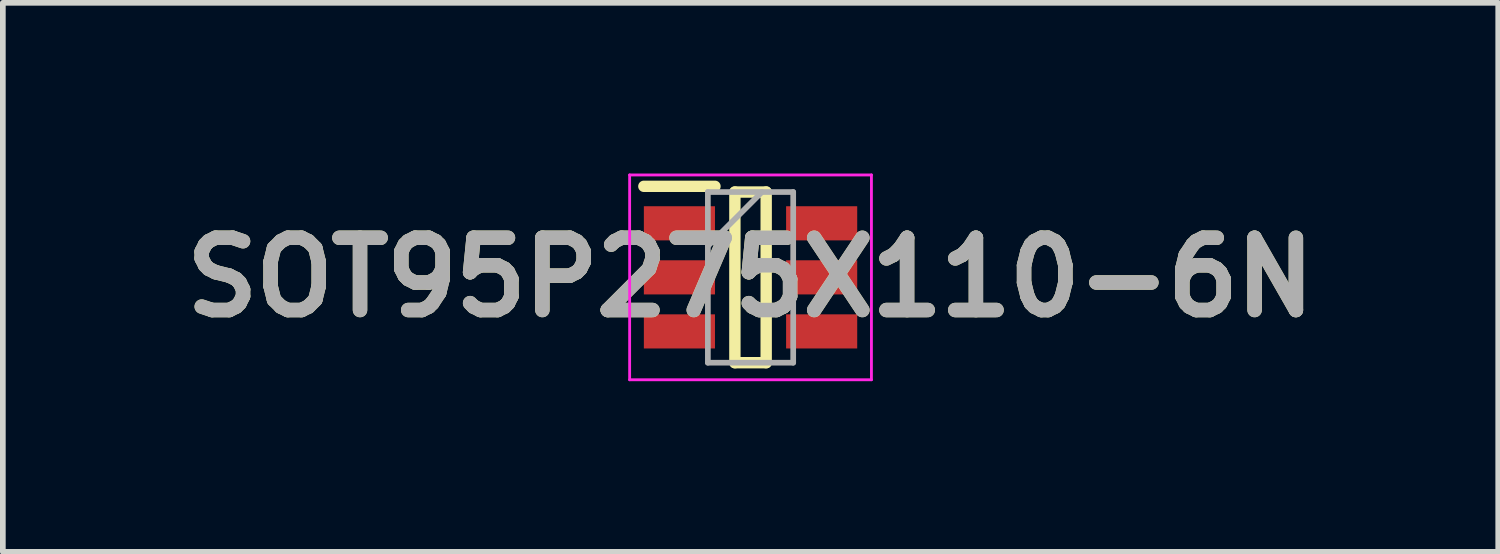
<source format=kicad_pcb>
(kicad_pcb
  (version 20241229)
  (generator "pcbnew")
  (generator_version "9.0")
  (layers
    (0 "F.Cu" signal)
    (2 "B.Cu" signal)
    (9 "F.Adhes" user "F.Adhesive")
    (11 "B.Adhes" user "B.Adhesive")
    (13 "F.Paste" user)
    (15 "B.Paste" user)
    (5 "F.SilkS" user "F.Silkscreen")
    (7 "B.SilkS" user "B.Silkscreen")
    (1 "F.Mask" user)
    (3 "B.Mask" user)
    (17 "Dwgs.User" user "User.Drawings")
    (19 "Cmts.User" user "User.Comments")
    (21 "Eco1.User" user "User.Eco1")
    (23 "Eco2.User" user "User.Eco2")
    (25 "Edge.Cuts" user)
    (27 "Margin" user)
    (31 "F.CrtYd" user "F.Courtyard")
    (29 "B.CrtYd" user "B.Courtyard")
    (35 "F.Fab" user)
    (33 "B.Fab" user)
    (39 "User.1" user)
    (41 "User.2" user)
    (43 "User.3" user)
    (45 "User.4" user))
  (footprint "SOT95P275X110-6N"
    (layer "F.Cu")
    (at 10.142 1.825)
    (property "Reference" "SOT95P275X110-6N" (at 0 0 0) (layer "F.SilkS") (effects (font (size 1.27 1.27) (thickness 0.254))))
    (attr smd)
    (fp_line (start -1.875 -1.6) (end -0.625 -1.6) (stroke (width 0.2) (type solid)) (layer "F.SilkS"))
    (fp_line (start -0.275 -1.5) (end 0.275 -1.5) (stroke (width 0.2) (type solid)) (layer "F.SilkS"))
    (fp_line (start -0.275 1.5) (end -0.275 -1.5) (stroke (width 0.2) (type solid)) (layer "F.SilkS"))
    (fp_line (start 0.275 -1.5) (end 0.275 1.5) (stroke (width 0.2) (type solid)) (layer "F.SilkS"))
    (fp_line (start 0.275 1.5) (end -0.275 1.5) (stroke (width 0.2) (type solid)) (layer "F.SilkS"))
    (fp_line (start -2.125 -1.8) (end 2.125 -1.8) (stroke (width 0.05) (type solid)) (layer "F.CrtYd"))
    (fp_line (start -2.125 1.8) (end -2.125 -1.8) (stroke (width 0.05) (type solid)) (layer "F.CrtYd"))
    (fp_line (start 2.125 -1.8) (end 2.125 1.8) (stroke (width 0.05) (type solid)) (layer "F.CrtYd"))
    (fp_line (start 2.125 1.8) (end -2.125 1.8) (stroke (width 0.05) (type solid)) (layer "F.CrtYd"))
    (fp_line (start -0.75 -1.5) (end 0.75 -1.5) (stroke (width 0.1) (type solid)) (layer "F.Fab"))
    (fp_line (start -0.75 -0.55) (end 0.2 -1.5) (stroke (width 0.1) (type solid)) (layer "F.Fab"))
    (fp_line (start -0.75 1.5) (end -0.75 -1.5) (stroke (width 0.1) (type solid)) (layer "F.Fab"))
    (fp_line (start 0.75 -1.5) (end 0.75 1.5) (stroke (width 0.1) (type solid)) (layer "F.Fab"))
    (fp_line (start 0.75 1.5) (end -0.75 1.5) (stroke (width 0.1) (type solid)) (layer "F.Fab"))
    (fp_text user "${REFERENCE}" (at 0 0 0) (layer "F.Fab") (effects (font (size 1.27 1.27) (thickness 0.254))))
    (pad "1" smd rect (at -1.25 -0.95 90) (size 0.6 1.25) (layers "F.Cu" "F.Mask" "F.Paste"))
    (pad "2" smd rect (at -1.25 0 90) (size 0.6 1.25) (layers "F.Cu" "F.Mask" "F.Paste"))
    (pad "3" smd rect (at -1.25 0.95 90) (size 0.6 1.25) (layers "F.Cu" "F.Mask" "F.Paste"))
    (pad "4" smd rect (at 1.25 0.95 90) (size 0.6 1.25) (layers "F.Cu" "F.Mask" "F.Paste"))
    (pad "5" smd rect (at 1.25 0 90) (size 0.6 1.25) (layers "F.Cu" "F.Mask" "F.Paste"))
    (pad "6" smd rect (at 1.25 -0.95 90) (size 0.6 1.25) (layers "F.Cu" "F.Mask" "F.Paste")))
  (gr_rect
    (start -3 -3)
    (end 23.284 6.65)
    (stroke (width 0.1) (type default))
    (fill no)
    (layer "Edge.Cuts")))
</source>
